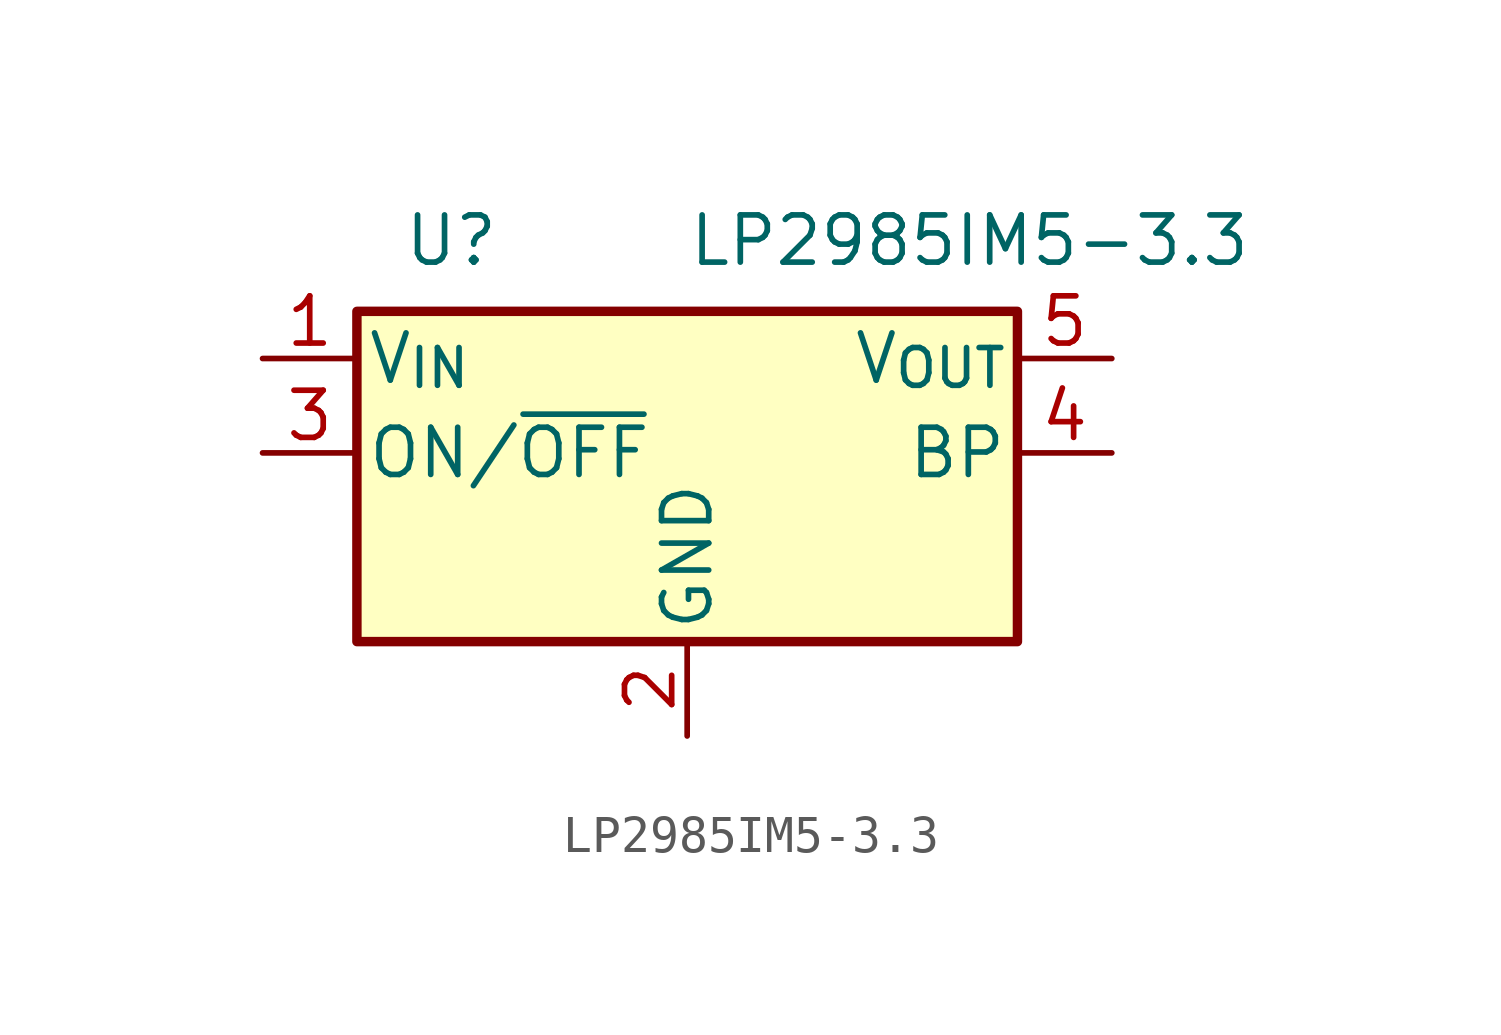
<source format=kicad_sym>
(kicad_symbol_lib
  (version 20211014)
  (generator kicad_symbol_editor)
  (symbol "LP2985IM5-3.3"
    (pin_names
      (offset 0.254))
    (property "Reference" "U"
      (at -6.35 5.715 0)
      (effects (font (size 1.27 1.27))))
    (property "Value" "LP2985IM5-3.3"
      (at 0 5.715 0)
      (effects (font (size 1.27 1.27)) (justify left)))
    (symbol "LP2985IM5-3.3_0_1"
      (rectangle (start -8.89 -5.08) (end 8.89 3.81) (stroke (width 0.254) (type default) (color 0 0 0 0)) (fill (type background))))
    (symbol "LP2985IM5-3.3_1_1"
      (pin power_in line (at -11.43 2.54 0) (length 2.54) (name "V_{IN}" (effects (font (size 1.27 1.27)))) (number "1" (effects (font (size 1.27 1.27)))))
      (pin power_in line (at 0 -7.62 90) (length 2.54) (name "GND" (effects (font (size 1.27 1.27)))) (number "2" (effects (font (size 1.27 1.27)))))
      (pin input line (at -11.43 0 0) (length 2.54) (name "ON/~{OFF}" (effects (font (size 1.27 1.27)))) (number "3" (effects (font (size 1.27 1.27)))))
      (pin input line (at 11.43 0 180) (length 2.54) (name "BP" (effects (font (size 1.27 1.27)))) (number "4" (effects (font (size 1.27 1.27)))))
      (pin power_out line (at 11.43 2.54 180) (length 2.54) (name "V_{OUT}" (effects (font (size 1.27 1.27)))) (number "5" (effects (font (size 1.27 1.27))))))))
</source>
